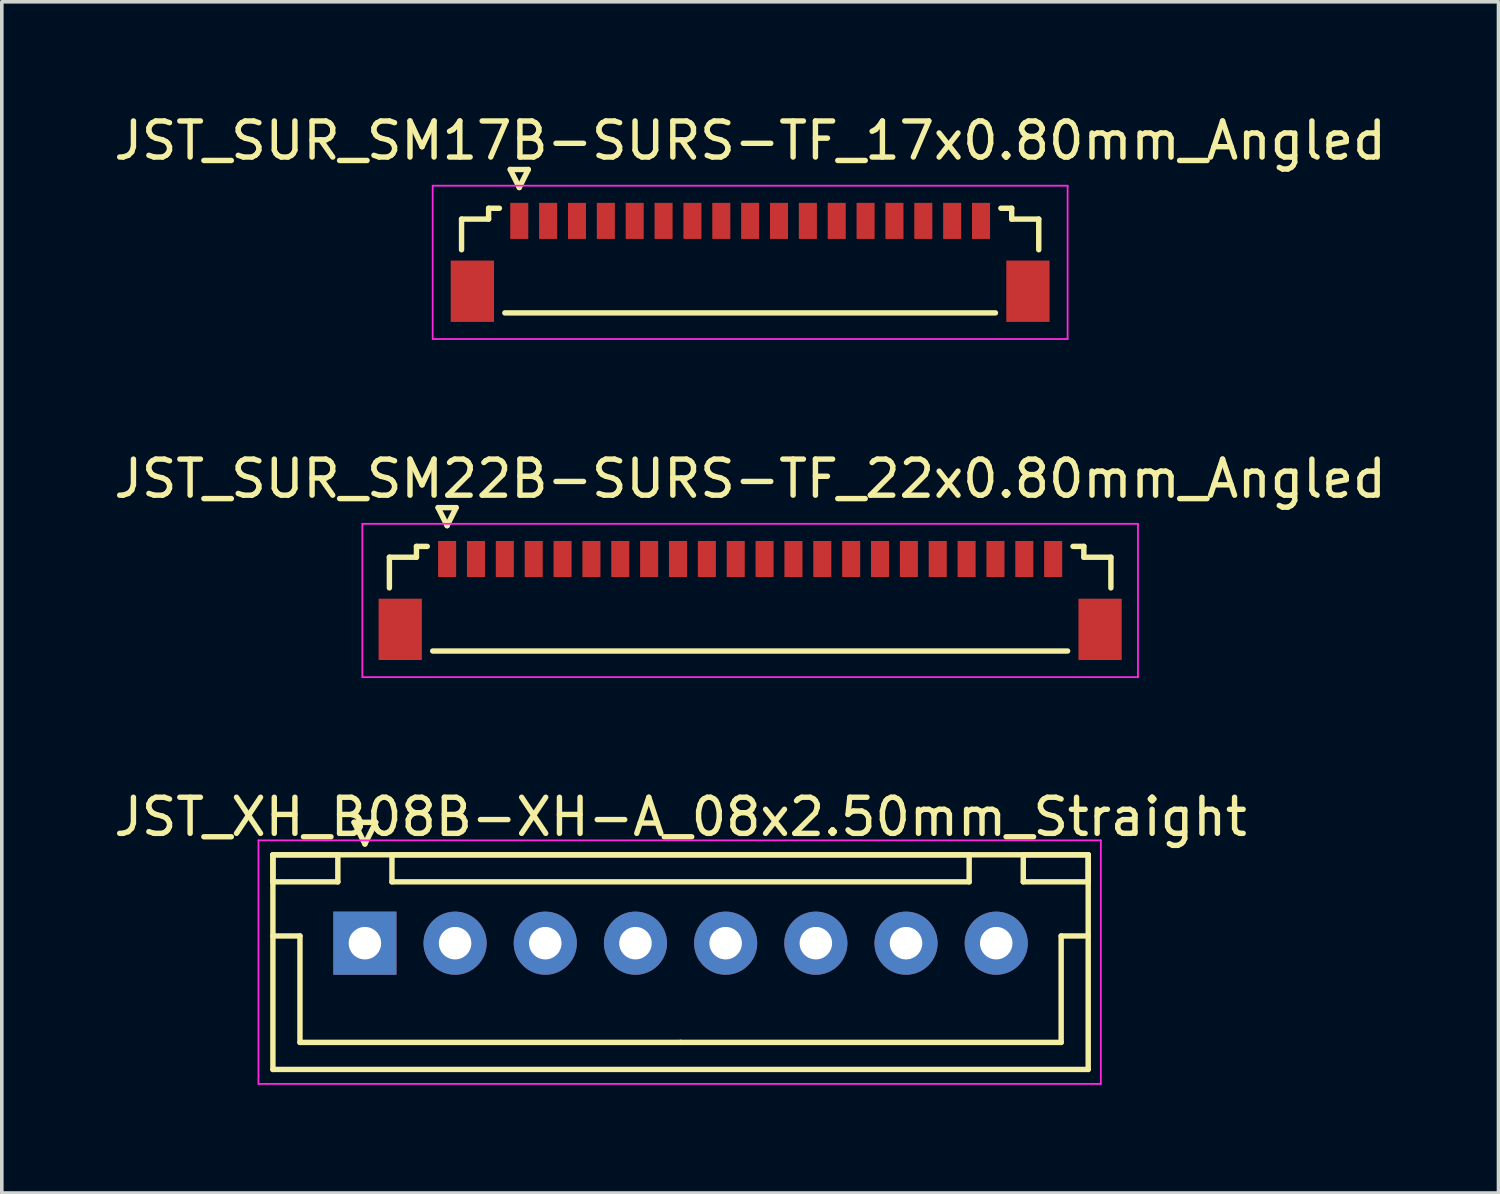
<source format=kicad_pcb>
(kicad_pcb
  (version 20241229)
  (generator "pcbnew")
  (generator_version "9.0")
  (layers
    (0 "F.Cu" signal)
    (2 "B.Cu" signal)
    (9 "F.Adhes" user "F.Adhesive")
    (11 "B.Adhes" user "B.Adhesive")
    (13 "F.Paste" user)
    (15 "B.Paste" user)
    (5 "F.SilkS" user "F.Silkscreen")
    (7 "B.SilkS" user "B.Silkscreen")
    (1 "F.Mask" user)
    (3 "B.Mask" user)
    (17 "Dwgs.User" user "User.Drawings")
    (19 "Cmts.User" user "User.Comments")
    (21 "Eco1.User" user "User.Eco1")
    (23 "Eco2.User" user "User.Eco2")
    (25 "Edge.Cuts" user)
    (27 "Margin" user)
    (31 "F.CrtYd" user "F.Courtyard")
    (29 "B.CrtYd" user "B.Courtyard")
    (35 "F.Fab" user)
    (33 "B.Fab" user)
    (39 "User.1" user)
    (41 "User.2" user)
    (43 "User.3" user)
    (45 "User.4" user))
  (footprint "JST_SUR_SM22B-SURS-TF_22x0.80mm_Angled"
    (layer "F.Cu")
    (at 17.744 13.421)
    (property "Reference" "JST_SUR_SM22B-SURS-TF_22x0.80mm_Angled" (at 0 -3.2 0) (layer "F.SilkS") (effects (font (size 1 1) (thickness 0.15))))
    (attr smd)
    (fp_line (start -10 -1.025) (end -10 -0.175) (stroke (width 0.15) (type solid)) (layer "F.SilkS"))
    (fp_line (start -9.25 -1.325) (end -9.25 -1.025) (stroke (width 0.15) (type solid)) (layer "F.SilkS"))
    (fp_line (start -9.25 -1.025) (end -10 -1.025) (stroke (width 0.15) (type solid)) (layer "F.SilkS"))
    (fp_line (start -8.95 -1.325) (end -9.25 -1.325) (stroke (width 0.15) (type solid)) (layer "F.SilkS"))
    (fp_line (start -8.8 1.575) (end 8.8 1.575) (stroke (width 0.15) (type solid)) (layer "F.SilkS"))
    (fp_line (start -8.65 -2.4) (end -8.15 -2.4) (stroke (width 0.15) (type solid)) (layer "F.SilkS"))
    (fp_line (start -8.4 -1.9) (end -8.65 -2.4) (stroke (width 0.15) (type solid)) (layer "F.SilkS"))
    (fp_line (start -8.15 -2.4) (end -8.4 -1.9) (stroke (width 0.15) (type solid)) (layer "F.SilkS"))
    (fp_line (start 8.95 -1.325) (end 9.25 -1.325) (stroke (width 0.15) (type solid)) (layer "F.SilkS"))
    (fp_line (start 9.25 -1.325) (end 9.25 -1.025) (stroke (width 0.15) (type solid)) (layer "F.SilkS"))
    (fp_line (start 9.25 -1.025) (end 10 -1.025) (stroke (width 0.15) (type solid)) (layer "F.SilkS"))
    (fp_line (start 10 -1.025) (end 10 -0.175) (stroke (width 0.15) (type solid)) (layer "F.SilkS"))
    (fp_line (start -10.75 -1.95) (end 10.75 -1.95) (stroke (width 0.05) (type solid)) (layer "F.CrtYd"))
    (fp_line (start -10.75 2.3) (end -10.75 -1.95) (stroke (width 0.05) (type solid)) (layer "F.CrtYd"))
    (fp_line (start 10.75 -1.95) (end 10.75 2.3) (stroke (width 0.05) (type solid)) (layer "F.CrtYd"))
    (fp_line (start 10.75 2.3) (end -10.75 2.3) (stroke (width 0.05) (type solid)) (layer "F.CrtYd"))
    (pad "" smd rect (at -9.7 0.975) (size 1.2 1.7) (layers "F.Cu" "F.Mask" "F.Paste"))
    (pad "" smd rect (at 9.7 0.975) (size 1.2 1.7) (layers "F.Cu" "F.Mask" "F.Paste"))
    (pad "1" smd rect (at -8.4 -0.975) (size 0.5 1) (layers "F.Cu" "F.Mask" "F.Paste"))
    (pad "2" smd rect (at -7.6 -0.975) (size 0.5 1) (layers "F.Cu" "F.Mask" "F.Paste"))
    (pad "3" smd rect (at -6.8 -0.975) (size 0.5 1) (layers "F.Cu" "F.Mask" "F.Paste"))
    (pad "4" smd rect (at -6 -0.975) (size 0.5 1) (layers "F.Cu" "F.Mask" "F.Paste"))
    (pad "5" smd rect (at -5.2 -0.975) (size 0.5 1) (layers "F.Cu" "F.Mask" "F.Paste"))
    (pad "6" smd rect (at -4.4 -0.975) (size 0.5 1) (layers "F.Cu" "F.Mask" "F.Paste"))
    (pad "7" smd rect (at -3.6 -0.975) (size 0.5 1) (layers "F.Cu" "F.Mask" "F.Paste"))
    (pad "8" smd rect (at -2.8 -0.975) (size 0.5 1) (layers "F.Cu" "F.Mask" "F.Paste"))
    (pad "9" smd rect (at -2 -0.975) (size 0.5 1) (layers "F.Cu" "F.Mask" "F.Paste"))
    (pad "10" smd rect (at -1.2 -0.975) (size 0.5 1) (layers "F.Cu" "F.Mask" "F.Paste"))
    (pad "11" smd rect (at -0.4 -0.975) (size 0.5 1) (layers "F.Cu" "F.Mask" "F.Paste"))
    (pad "12" smd rect (at 0.4 -0.975) (size 0.5 1) (layers "F.Cu" "F.Mask" "F.Paste"))
    (pad "13" smd rect (at 1.2 -0.975) (size 0.5 1) (layers "F.Cu" "F.Mask" "F.Paste"))
    (pad "14" smd rect (at 2 -0.975) (size 0.5 1) (layers "F.Cu" "F.Mask" "F.Paste"))
    (pad "15" smd rect (at 2.8 -0.975) (size 0.5 1) (layers "F.Cu" "F.Mask" "F.Paste"))
    (pad "16" smd rect (at 3.6 -0.975) (size 0.5 1) (layers "F.Cu" "F.Mask" "F.Paste"))
    (pad "17" smd rect (at 4.4 -0.975) (size 0.5 1) (layers "F.Cu" "F.Mask" "F.Paste"))
    (pad "18" smd rect (at 5.2 -0.975) (size 0.5 1) (layers "F.Cu" "F.Mask" "F.Paste"))
    (pad "19" smd rect (at 6 -0.975) (size 0.5 1) (layers "F.Cu" "F.Mask" "F.Paste"))
    (pad "20" smd rect (at 6.8 -0.975) (size 0.5 1) (layers "F.Cu" "F.Mask" "F.Paste"))
    (pad "21" smd rect (at 7.6 -0.975) (size 0.5 1) (layers "F.Cu" "F.Mask" "F.Paste"))
    (pad "22" smd rect (at 8.4 -0.975) (size 0.5 1) (layers "F.Cu" "F.Mask" "F.Paste")))
  (footprint "JST_XH_B08B-XH-A_08x2.50mm_Straight"
    (layer "F.Cu")
    (at 7.065 23.095)
    (property "Reference" "JST_XH_B08B-XH-A_08x2.50mm_Straight" (at 8.75 -3.5 0) (layer "F.SilkS") (effects (font (size 1 1) (thickness 0.15))))
    (attr through_hole)
    (fp_line (start -2.55 -2.45) (end -2.55 -1.7) (stroke (width 0.15) (type solid)) (layer "F.SilkS"))
    (fp_line (start -2.55 -2.45) (end -2.55 3.5) (stroke (width 0.15) (type solid)) (layer "F.SilkS"))
    (fp_line (start -2.55 -1.7) (end -0.75 -1.7) (stroke (width 0.15) (type solid)) (layer "F.SilkS"))
    (fp_line (start -2.55 -0.2) (end -1.8 -0.2) (stroke (width 0.15) (type solid)) (layer "F.SilkS"))
    (fp_line (start -2.55 3.5) (end 20.05 3.5) (stroke (width 0.15) (type solid)) (layer "F.SilkS"))
    (fp_line (start -1.8 -0.2) (end -1.8 2.75) (stroke (width 0.15) (type solid)) (layer "F.SilkS"))
    (fp_line (start -1.8 2.75) (end 8.75 2.75) (stroke (width 0.15) (type solid)) (layer "F.SilkS"))
    (fp_line (start -0.75 -2.45) (end -2.55 -2.45) (stroke (width 0.15) (type solid)) (layer "F.SilkS"))
    (fp_line (start -0.75 -1.7) (end -0.75 -2.45) (stroke (width 0.15) (type solid)) (layer "F.SilkS"))
    (fp_line (start -0.3 -3.35) (end 0.3 -3.35) (stroke (width 0.15) (type solid)) (layer "F.SilkS"))
    (fp_line (start 0 -2.75) (end -0.3 -3.35) (stroke (width 0.15) (type solid)) (layer "F.SilkS"))
    (fp_line (start 0.3 -3.35) (end 0 -2.75) (stroke (width 0.15) (type solid)) (layer "F.SilkS"))
    (fp_line (start 0.75 -2.45) (end 0.75 -1.7) (stroke (width 0.15) (type solid)) (layer "F.SilkS"))
    (fp_line (start 0.75 -1.7) (end 16.75 -1.7) (stroke (width 0.15) (type solid)) (layer "F.SilkS"))
    (fp_line (start 16.75 -2.45) (end 0.75 -2.45) (stroke (width 0.15) (type solid)) (layer "F.SilkS"))
    (fp_line (start 16.75 -1.7) (end 16.75 -2.45) (stroke (width 0.15) (type solid)) (layer "F.SilkS"))
    (fp_line (start 18.25 -2.45) (end 18.25 -1.7) (stroke (width 0.15) (type solid)) (layer "F.SilkS"))
    (fp_line (start 18.25 -1.7) (end 20.05 -1.7) (stroke (width 0.15) (type solid)) (layer "F.SilkS"))
    (fp_line (start 19.3 -0.2) (end 19.3 2.75) (stroke (width 0.15) (type solid)) (layer "F.SilkS"))
    (fp_line (start 19.3 2.75) (end 8.75 2.75) (stroke (width 0.15) (type solid)) (layer "F.SilkS"))
    (fp_line (start 20.05 -2.45) (end -2.55 -2.45) (stroke (width 0.15) (type solid)) (layer "F.SilkS"))
    (fp_line (start 20.05 -2.45) (end 18.25 -2.45) (stroke (width 0.15) (type solid)) (layer "F.SilkS"))
    (fp_line (start 20.05 -1.7) (end 20.05 -2.45) (stroke (width 0.15) (type solid)) (layer "F.SilkS"))
    (fp_line (start 20.05 -0.2) (end 19.3 -0.2) (stroke (width 0.15) (type solid)) (layer "F.SilkS"))
    (fp_line (start 20.05 3.5) (end 20.05 -2.45) (stroke (width 0.15) (type solid)) (layer "F.SilkS"))
    (fp_line (start -2.95 -2.85) (end -2.95 3.9) (stroke (width 0.05) (type solid)) (layer "F.CrtYd"))
    (fp_line (start -2.95 3.9) (end 20.4 3.9) (stroke (width 0.05) (type solid)) (layer "F.CrtYd"))
    (fp_line (start 20.4 -2.85) (end -2.95 -2.85) (stroke (width 0.05) (type solid)) (layer "F.CrtYd"))
    (fp_line (start 20.4 3.9) (end 20.4 -2.85) (stroke (width 0.05) (type solid)) (layer "F.CrtYd"))
    (pad "1" thru_hole rect (at 0 0) (size 1.75 1.75) (drill 0.9) (layers "*.Cu" "*.Mask"))
    (pad "2" thru_hole circle (at 2.5 0) (size 1.75 1.75) (drill 0.9) (layers "*.Cu" "*.Mask"))
    (pad "3" thru_hole circle (at 5 0) (size 1.75 1.75) (drill 0.9) (layers "*.Cu" "*.Mask"))
    (pad "4" thru_hole circle (at 7.5 0) (size 1.75 1.75) (drill 0.9) (layers "*.Cu" "*.Mask"))
    (pad "5" thru_hole circle (at 10 0) (size 1.75 1.75) (drill 0.9) (layers "*.Cu" "*.Mask"))
    (pad "6" thru_hole circle (at 12.5 0) (size 1.75 1.75) (drill 0.9) (layers "*.Cu" "*.Mask"))
    (pad "7" thru_hole circle (at 15 0) (size 1.75 1.75) (drill 0.9) (layers "*.Cu" "*.Mask"))
    (pad "8" thru_hole circle (at 17.5 0) (size 1.75 1.75) (drill 0.9) (layers "*.Cu" "*.Mask")))
  (footprint "JST_SUR_SM17B-SURS-TF_17x0.80mm_Angled"
    (layer "F.Cu")
    (at 17.744 4.048)
    (property "Reference" "JST_SUR_SM17B-SURS-TF_17x0.80mm_Angled" (at 0 -3.2 0) (layer "F.SilkS") (effects (font (size 1 1) (thickness 0.15))))
    (attr smd)
    (fp_line (start -8 -1.025) (end -8 -0.175) (stroke (width 0.15) (type solid)) (layer "F.SilkS"))
    (fp_line (start -7.25 -1.325) (end -7.25 -1.025) (stroke (width 0.15) (type solid)) (layer "F.SilkS"))
    (fp_line (start -7.25 -1.025) (end -8 -1.025) (stroke (width 0.15) (type solid)) (layer "F.SilkS"))
    (fp_line (start -6.95 -1.325) (end -7.25 -1.325) (stroke (width 0.15) (type solid)) (layer "F.SilkS"))
    (fp_line (start -6.8 1.575) (end 6.8 1.575) (stroke (width 0.15) (type solid)) (layer "F.SilkS"))
    (fp_line (start -6.65 -2.4) (end -6.15 -2.4) (stroke (width 0.15) (type solid)) (layer "F.SilkS"))
    (fp_line (start -6.4 -1.9) (end -6.65 -2.4) (stroke (width 0.15) (type solid)) (layer "F.SilkS"))
    (fp_line (start -6.15 -2.4) (end -6.4 -1.9) (stroke (width 0.15) (type solid)) (layer "F.SilkS"))
    (fp_line (start 6.95 -1.325) (end 7.25 -1.325) (stroke (width 0.15) (type solid)) (layer "F.SilkS"))
    (fp_line (start 7.25 -1.325) (end 7.25 -1.025) (stroke (width 0.15) (type solid)) (layer "F.SilkS"))
    (fp_line (start 7.25 -1.025) (end 8 -1.025) (stroke (width 0.15) (type solid)) (layer "F.SilkS"))
    (fp_line (start 8 -1.025) (end 8 -0.175) (stroke (width 0.15) (type solid)) (layer "F.SilkS"))
    (fp_line (start -8.8 -1.95) (end 8.8 -1.95) (stroke (width 0.05) (type solid)) (layer "F.CrtYd"))
    (fp_line (start -8.8 2.3) (end -8.8 -1.95) (stroke (width 0.05) (type solid)) (layer "F.CrtYd"))
    (fp_line (start 8.8 -1.95) (end 8.8 2.3) (stroke (width 0.05) (type solid)) (layer "F.CrtYd"))
    (fp_line (start 8.8 2.3) (end -8.8 2.3) (stroke (width 0.05) (type solid)) (layer "F.CrtYd"))
    (pad "" smd rect (at -7.7 0.975) (size 1.2 1.7) (layers "F.Cu" "F.Mask" "F.Paste"))
    (pad "" smd rect (at 7.7 0.975) (size 1.2 1.7) (layers "F.Cu" "F.Mask" "F.Paste"))
    (pad "1" smd rect (at -6.4 -0.975) (size 0.5 1) (layers "F.Cu" "F.Mask" "F.Paste"))
    (pad "2" smd rect (at -5.6 -0.975) (size 0.5 1) (layers "F.Cu" "F.Mask" "F.Paste"))
    (pad "3" smd rect (at -4.8 -0.975) (size 0.5 1) (layers "F.Cu" "F.Mask" "F.Paste"))
    (pad "4" smd rect (at -4 -0.975) (size 0.5 1) (layers "F.Cu" "F.Mask" "F.Paste"))
    (pad "5" smd rect (at -3.2 -0.975) (size 0.5 1) (layers "F.Cu" "F.Mask" "F.Paste"))
    (pad "6" smd rect (at -2.4 -0.975) (size 0.5 1) (layers "F.Cu" "F.Mask" "F.Paste"))
    (pad "7" smd rect (at -1.6 -0.975) (size 0.5 1) (layers "F.Cu" "F.Mask" "F.Paste"))
    (pad "8" smd rect (at -0.8 -0.975) (size 0.5 1) (layers "F.Cu" "F.Mask" "F.Paste"))
    (pad "9" smd rect (at 0 -0.975) (size 0.5 1) (layers "F.Cu" "F.Mask" "F.Paste"))
    (pad "10" smd rect (at 0.8 -0.975) (size 0.5 1) (layers "F.Cu" "F.Mask" "F.Paste"))
    (pad "11" smd rect (at 1.6 -0.975) (size 0.5 1) (layers "F.Cu" "F.Mask" "F.Paste"))
    (pad "12" smd rect (at 2.4 -0.975) (size 0.5 1) (layers "F.Cu" "F.Mask" "F.Paste"))
    (pad "13" smd rect (at 3.2 -0.975) (size 0.5 1) (layers "F.Cu" "F.Mask" "F.Paste"))
    (pad "14" smd rect (at 4 -0.975) (size 0.5 1) (layers "F.Cu" "F.Mask" "F.Paste"))
    (pad "15" smd rect (at 4.8 -0.975) (size 0.5 1) (layers "F.Cu" "F.Mask" "F.Paste"))
    (pad "16" smd rect (at 5.6 -0.975) (size 0.5 1) (layers "F.Cu" "F.Mask" "F.Paste"))
    (pad "17" smd rect (at 6.4 -0.975) (size 0.5 1) (layers "F.Cu" "F.Mask" "F.Paste")))
  (gr_rect
    (start -3 -3)
    (end 38.488 30.02)
    (stroke (width 0.1) (type default))
    (fill no)
    (layer "Edge.Cuts")))
</source>
